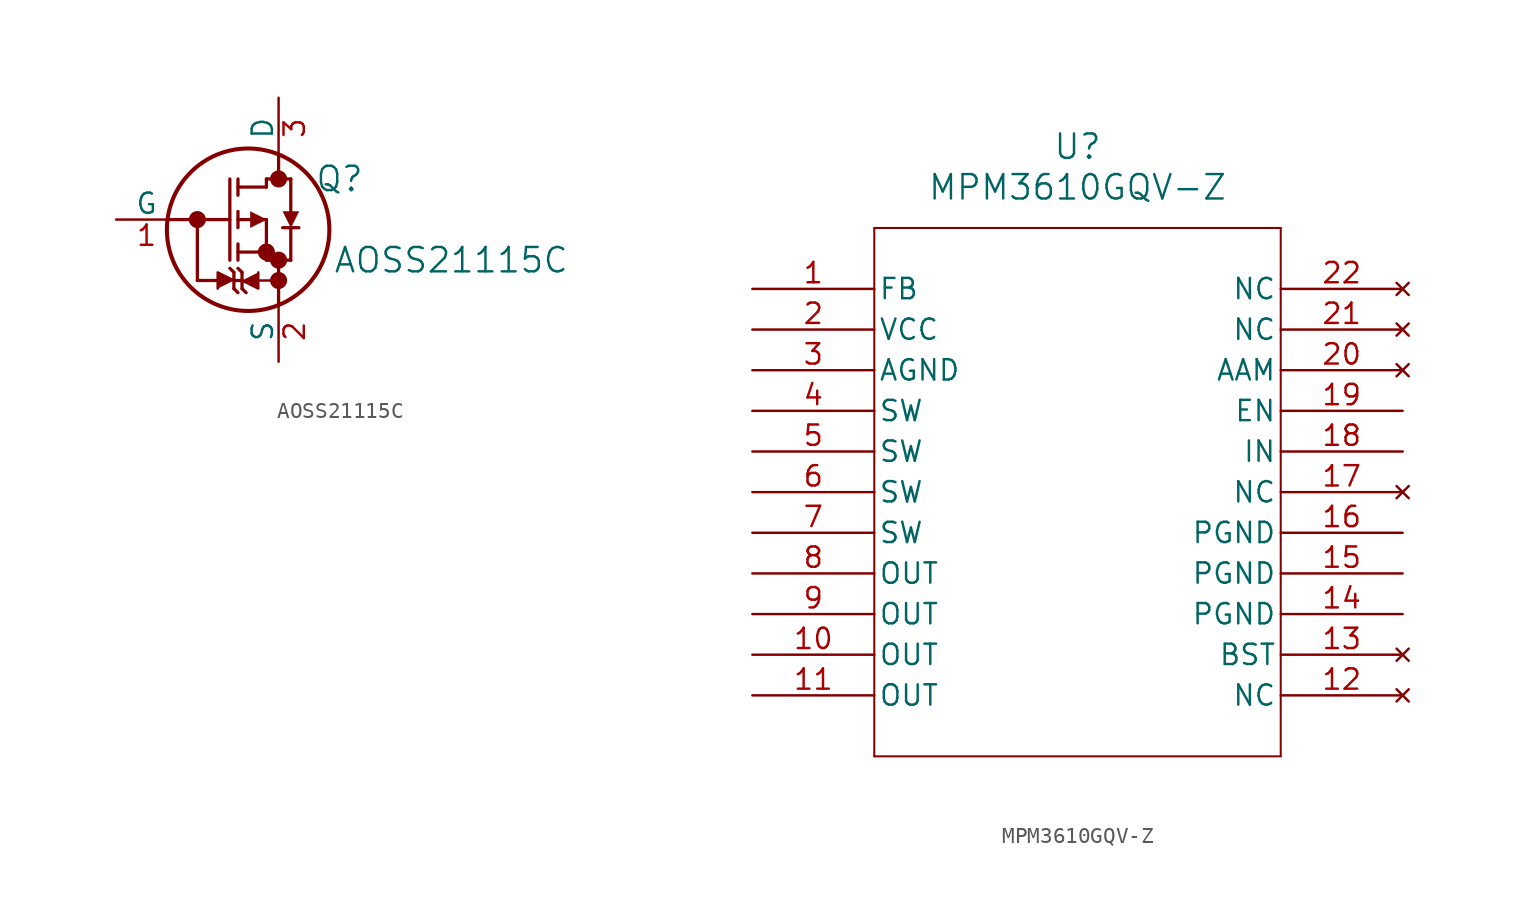
<source format=kicad_sym>
(kicad_symbol_lib
  (version 20211014)
  (generator kicad_symbol_editor)
  (symbol "AOSS21115C"
    (pin_names
      (offset 0))
    (property "Reference" "Q"
      (at 15.24 2.54 0)
      (effects (font (size 1.524 1.524))))
    (property "Value" "AOSS21115C"
      (at 22.225 -2.54 0)
      (effects (font (size 1.524 1.524))))
    (symbol "AOSS21115C_0_1"
      (polyline (pts (xy 4.572 0) (xy 8.382 0)) (stroke (width 0.203) (type default) (color 0 0 0 0)) (fill (type none)))
      (polyline (pts (xy 6.35 -3.81) (xy 7.62 -3.81)) (stroke (width 0.203) (type default) (color 0 0 0 0)) (fill (type none)))
      (polyline (pts (xy 6.35 0) (xy 6.35 -3.81)) (stroke (width 0.203) (type default) (color 0 0 0 0)) (fill (type none)))
      (polyline (pts (xy 8.382 -2.54) (xy 8.382 2.54)) (stroke (width 0.203) (type default) (color 0 0 0 0)) (fill (type none)))
      (polyline (pts (xy 8.636 -4.318) (xy 8.89 -4.572)) (stroke (width 0.203) (type default) (color 0 0 0 0)) (fill (type none)))
      (polyline (pts (xy 8.636 -3.81) (xy 9.144 -3.81)) (stroke (width 0.203) (type default) (color 0 0 0 0)) (fill (type none)))
      (polyline (pts (xy 8.636 -3.302) (xy 8.382 -3.048)) (stroke (width 0.203) (type default) (color 0 0 0 0)) (fill (type none)))
      (polyline (pts (xy 8.636 -3.302) (xy 8.636 -4.318)) (stroke (width 0.203) (type default) (color 0 0 0 0)) (fill (type none)))
      (polyline (pts (xy 8.89 -2.54) (xy 8.89 -1.524)) (stroke (width 0.203) (type default) (color 0 0 0 0)) (fill (type none)))
      (polyline (pts (xy 8.89 -2.032) (xy 10.668 -2.032)) (stroke (width 0.203) (type default) (color 0 0 0 0)) (fill (type none)))
      (polyline (pts (xy 8.89 -0.508) (xy 8.89 0.508)) (stroke (width 0.203) (type default) (color 0 0 0 0)) (fill (type none)))
      (polyline (pts (xy 8.89 0) (xy 10.668 0)) (stroke (width 0.203) (type default) (color 0 0 0 0)) (fill (type none)))
      (polyline (pts (xy 8.89 1.524) (xy 8.89 2.54)) (stroke (width 0.203) (type default) (color 0 0 0 0)) (fill (type none)))
      (polyline (pts (xy 8.89 2.032) (xy 10.668 2.032)) (stroke (width 0.203) (type default) (color 0 0 0 0)) (fill (type none)))
      (polyline (pts (xy 9.144 -4.318) (xy 9.144 -3.302)) (stroke (width 0.203) (type default) (color 0 0 0 0)) (fill (type none)))
      (polyline (pts (xy 9.144 -4.318) (xy 9.398 -4.572)) (stroke (width 0.203) (type default) (color 0 0 0 0)) (fill (type none)))
      (polyline (pts (xy 9.144 -3.302) (xy 8.89 -3.048)) (stroke (width 0.203) (type default) (color 0 0 0 0)) (fill (type none)))
      (polyline (pts (xy 10.668 -2.54) (xy 10.668 0)) (stroke (width 0.203) (type default) (color 0 0 0 0)) (fill (type none)))
      (polyline (pts (xy 10.668 -2.54) (xy 12.192 -2.54)) (stroke (width 0.203) (type default) (color 0 0 0 0)) (fill (type none)))
      (polyline (pts (xy 10.668 2.032) (xy 10.668 2.54)) (stroke (width 0.203) (type default) (color 0 0 0 0)) (fill (type none)))
      (polyline (pts (xy 10.668 2.54) (xy 12.192 2.54)) (stroke (width 0.203) (type default) (color 0 0 0 0)) (fill (type none)))
      (polyline (pts (xy 11.43 -5.334) (xy 11.43 -3.81)) (stroke (width 0.203) (type default) (color 0 0 0 0)) (fill (type none)))
      (polyline (pts (xy 11.43 -3.81) (xy 10.16 -3.81)) (stroke (width 0) (type default) (color 0 0 0 0)) (fill (type none)))
      (polyline (pts (xy 11.43 -2.54) (xy 11.43 -3.81)) (stroke (width 0.203) (type default) (color 0 0 0 0)) (fill (type none)))
      (polyline (pts (xy 11.43 2.54) (xy 11.43 4.064)) (stroke (width 0.203) (type default) (color 0 0 0 0)) (fill (type none)))
      (polyline (pts (xy 12.192 -2.54) (xy 12.192 -0.508)) (stroke (width 0.203) (type default) (color 0 0 0 0)) (fill (type none)))
      (polyline (pts (xy 12.192 0.508) (xy 12.192 2.54)) (stroke (width 0.203) (type default) (color 0 0 0 0)) (fill (type none)))
      (polyline (pts (xy 12.7 -0.508) (xy 11.684 -0.508)) (stroke (width 0.203) (type default) (color 0 0 0 0)) (fill (type none)))
      (polyline (pts (xy 8.636 -3.81) (xy 7.62 -3.302) (xy 7.62 -4.318)) (stroke (width 0) (type default) (color 0 0 0 0)) (fill (type outline)))
      (polyline (pts (xy 9.144 -3.81) (xy 10.16 -4.318) (xy 10.16 -3.302)) (stroke (width 0) (type default) (color 0 0 0 0)) (fill (type outline)))
      (polyline (pts (xy 9.652 -0.508) (xy 10.668 0) (xy 9.652 0.508)) (stroke (width 0.025) (type default) (color 0 0 0 0)) (fill (type outline)))
      (polyline (pts (xy 11.684 0.508) (xy 12.7 0.508) (xy 12.192 -0.508)) (stroke (width 0.025) (type default) (color 0 0 0 0)) (fill (type outline)))
      (circle (center 6.35 0) (radius 0.025) (stroke (width 0.508) (type default) (color 0 0 0 0)) (fill (type none)))
      (circle (center 9.525 -0.635) (radius 5.08) (stroke (width 0.254) (type default) (color 0 0 0 0)) (fill (type none)))
      (circle (center 10.668 -2.032) (radius 0.025) (stroke (width 0.508) (type default) (color 0 0 0 0)) (fill (type none)))
      (circle (center 11.43 -3.81) (radius 0.025) (stroke (width 0.508) (type default) (color 0 0 0 0)) (fill (type none)))
      (circle (center 11.43 -2.54) (radius 0.025) (stroke (width 0.508) (type default) (color 0 0 0 0)) (fill (type none)))
      (circle (center 11.43 2.54) (radius 0.025) (stroke (width 0.508) (type default) (color 0 0 0 0)) (fill (type none))))
    (symbol "AOSS21115C_1_1"
      (pin input line (at 1.27 0 0) (length 3.81) (name "G" (effects (font (size 1.27 1.27)))) (number "1" (effects (font (size 1.27 1.27)))))
      (pin passive line (at 11.43 -8.89 90) (length 3.81) (name "S" (effects (font (size 1.27 1.27)))) (number "2" (effects (font (size 1.27 1.27)))))
      (pin passive line (at 11.43 7.62 270) (length 3.81) (name "D" (effects (font (size 1.27 1.27)))) (number "3" (effects (font (size 1.27 1.27)))))))
  (symbol "MPM3610GQV-Z"
    (pin_names
      (offset 0.254))
    (property "Reference" "U"
      (at 20.32 10.16 0)
      (effects (font (size 1.524 1.524))))
    (property "Value" "MPM3610GQV-Z"
      (at 20.32 7.62 0)
      (effects (font (size 1.524 1.524))))
    (property "ki_locked" ""
      (at 0 0 0)
      (effects (font (size 1.27 1.27))))
    (symbol "MPM3610GQV-Z_0_1"
      (polyline (pts (xy 7.62 -27.94) (xy 33.02 -27.94)) (stroke (width 0.127) (type default) (color 0 0 0 0)) (fill (type none)))
      (polyline (pts (xy 7.62 5.08) (xy 7.62 -27.94)) (stroke (width 0.127) (type default) (color 0 0 0 0)) (fill (type none)))
      (polyline (pts (xy 33.02 -27.94) (xy 33.02 5.08)) (stroke (width 0.127) (type default) (color 0 0 0 0)) (fill (type none)))
      (polyline (pts (xy 33.02 5.08) (xy 7.62 5.08)) (stroke (width 0.127) (type default) (color 0 0 0 0)) (fill (type none)))
      (pin passive line (at 0 1.27 0) (length 7.62) (name "FB" (effects (font (size 1.27 1.27)))) (number "1" (effects (font (size 1.27 1.27)))))
      (pin output line (at 0 -21.59 0) (length 7.62) (name "OUT" (effects (font (size 1.27 1.27)))) (number "10" (effects (font (size 1.27 1.27)))))
      (pin output line (at 0 -24.13 0) (length 7.62) (name "OUT" (effects (font (size 1.27 1.27)))) (number "11" (effects (font (size 1.27 1.27)))))
      (pin no_connect line (at 40.64 -24.13 180) (length 7.62) (name "NC" (effects (font (size 1.27 1.27)))) (number "12" (effects (font (size 1.27 1.27)))))
      (pin no_connect line (at 40.64 -21.59 180) (length 7.62) (name "BST" (effects (font (size 1.27 1.27)))) (number "13" (effects (font (size 1.27 1.27)))))
      (pin power_out line (at 40.64 -19.05 180) (length 7.62) (name "PGND" (effects (font (size 1.27 1.27)))) (number "14" (effects (font (size 1.27 1.27)))))
      (pin power_out line (at 40.64 -16.51 180) (length 7.62) (name "PGND" (effects (font (size 1.27 1.27)))) (number "15" (effects (font (size 1.27 1.27)))))
      (pin power_out line (at 40.64 -13.97 180) (length 7.62) (name "PGND" (effects (font (size 1.27 1.27)))) (number "16" (effects (font (size 1.27 1.27)))))
      (pin no_connect line (at 40.64 -11.43 180) (length 7.62) (name "NC" (effects (font (size 1.27 1.27)))) (number "17" (effects (font (size 1.27 1.27)))))
      (pin power_in line (at 40.64 -8.89 180) (length 7.62) (name "IN" (effects (font (size 1.27 1.27)))) (number "18" (effects (font (size 1.27 1.27)))))
      (pin passive line (at 40.64 -6.35 180) (length 7.62) (name "EN" (effects (font (size 1.27 1.27)))) (number "19" (effects (font (size 1.27 1.27)))))
      (pin power_in line (at 0 -1.27 0) (length 7.62) (name "VCC" (effects (font (size 1.27 1.27)))) (number "2" (effects (font (size 1.27 1.27)))))
      (pin no_connect line (at 40.64 -3.81 180) (length 7.62) (name "AAM" (effects (font (size 1.27 1.27)))) (number "20" (effects (font (size 1.27 1.27)))))
      (pin no_connect line (at 40.64 -1.27 180) (length 7.62) (name "NC" (effects (font (size 1.27 1.27)))) (number "21" (effects (font (size 1.27 1.27)))))
      (pin no_connect line (at 40.64 1.27 180) (length 7.62) (name "NC" (effects (font (size 1.27 1.27)))) (number "22" (effects (font (size 1.27 1.27)))))
      (pin power_out line (at 0 -3.81 0) (length 7.62) (name "AGND" (effects (font (size 1.27 1.27)))) (number "3" (effects (font (size 1.27 1.27)))))
      (pin output line (at 0 -6.35 0) (length 7.62) (name "SW" (effects (font (size 1.27 1.27)))) (number "4" (effects (font (size 1.27 1.27)))))
      (pin output line (at 0 -8.89 0) (length 7.62) (name "SW" (effects (font (size 1.27 1.27)))) (number "5" (effects (font (size 1.27 1.27)))))
      (pin output line (at 0 -11.43 0) (length 7.62) (name "SW" (effects (font (size 1.27 1.27)))) (number "6" (effects (font (size 1.27 1.27)))))
      (pin output line (at 0 -13.97 0) (length 7.62) (name "SW" (effects (font (size 1.27 1.27)))) (number "7" (effects (font (size 1.27 1.27)))))
      (pin output line (at 0 -16.51 0) (length 7.62) (name "OUT" (effects (font (size 1.27 1.27)))) (number "8" (effects (font (size 1.27 1.27)))))
      (pin output line (at 0 -19.05 0) (length 7.62) (name "OUT" (effects (font (size 1.27 1.27)))) (number "9" (effects (font (size 1.27 1.27))))))))
</source>
